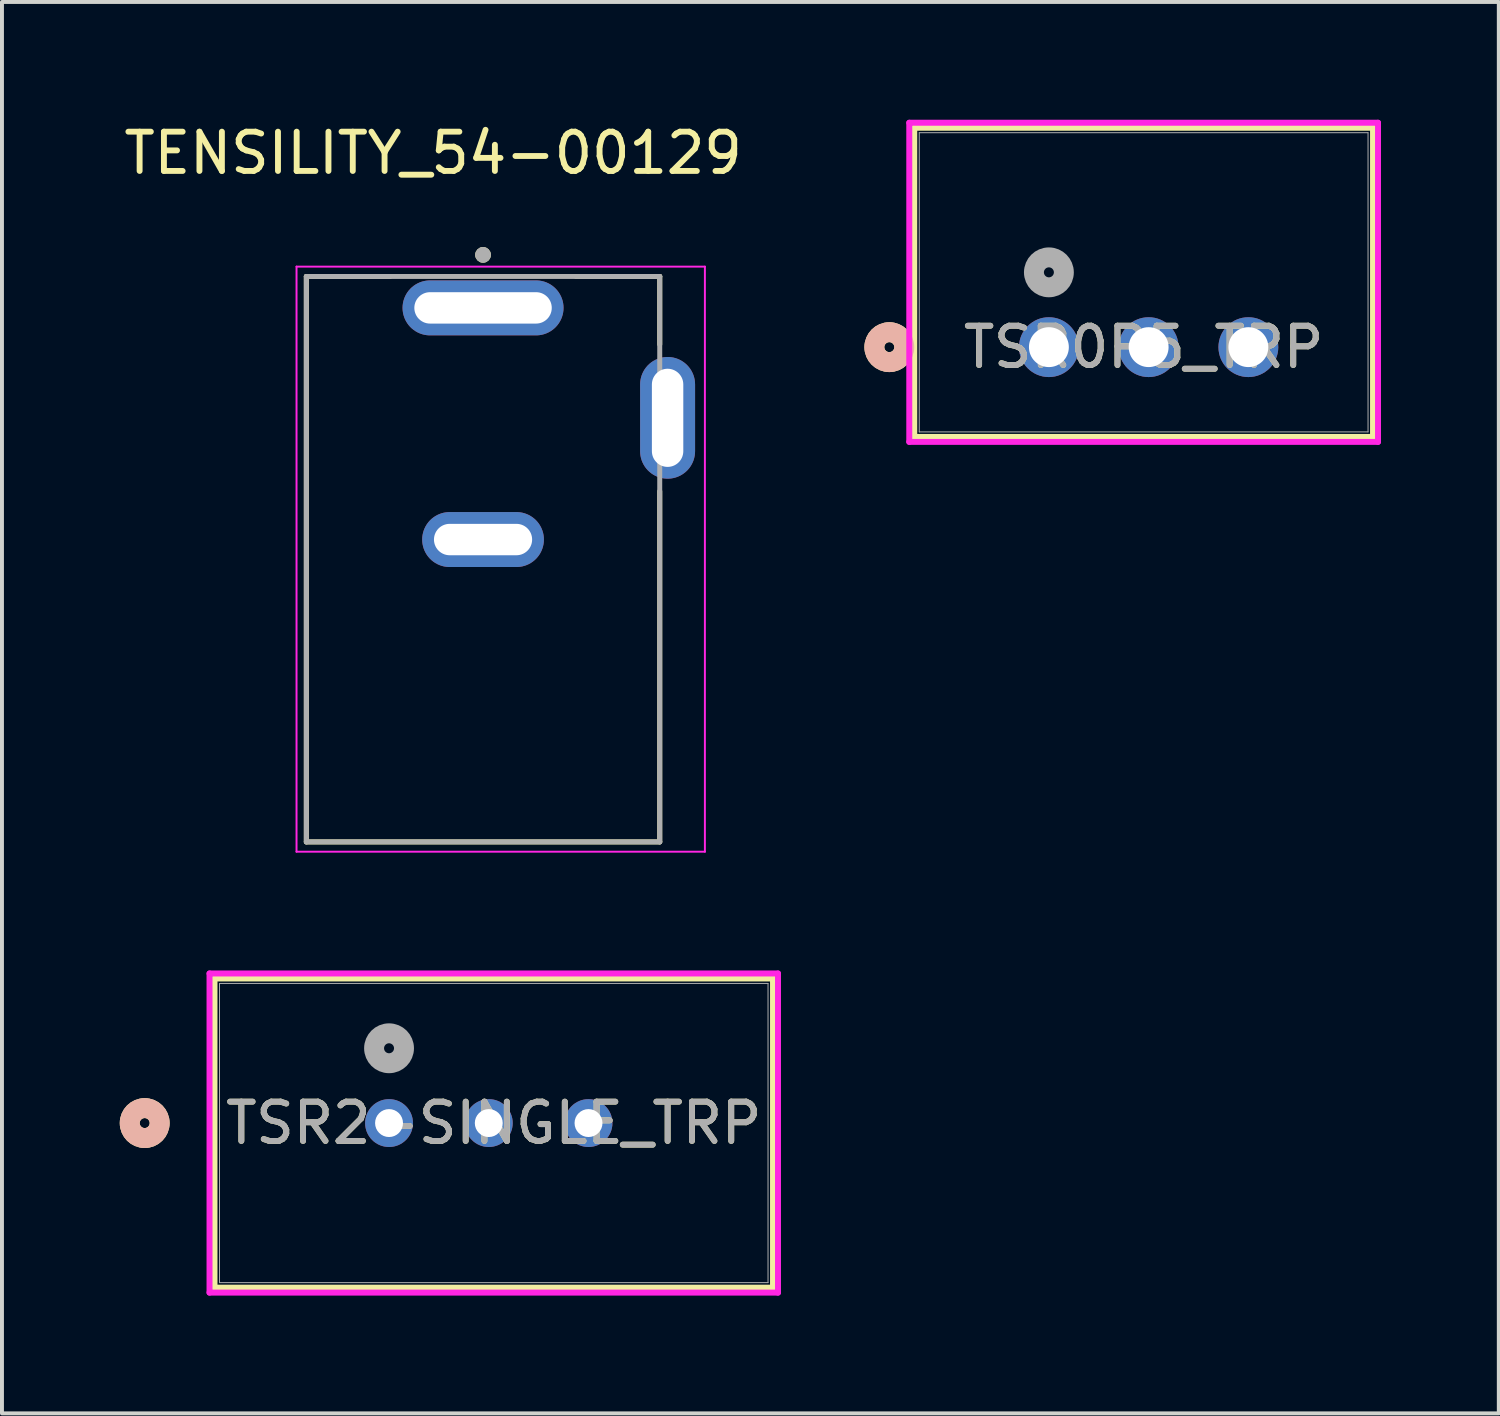
<source format=kicad_pcb>
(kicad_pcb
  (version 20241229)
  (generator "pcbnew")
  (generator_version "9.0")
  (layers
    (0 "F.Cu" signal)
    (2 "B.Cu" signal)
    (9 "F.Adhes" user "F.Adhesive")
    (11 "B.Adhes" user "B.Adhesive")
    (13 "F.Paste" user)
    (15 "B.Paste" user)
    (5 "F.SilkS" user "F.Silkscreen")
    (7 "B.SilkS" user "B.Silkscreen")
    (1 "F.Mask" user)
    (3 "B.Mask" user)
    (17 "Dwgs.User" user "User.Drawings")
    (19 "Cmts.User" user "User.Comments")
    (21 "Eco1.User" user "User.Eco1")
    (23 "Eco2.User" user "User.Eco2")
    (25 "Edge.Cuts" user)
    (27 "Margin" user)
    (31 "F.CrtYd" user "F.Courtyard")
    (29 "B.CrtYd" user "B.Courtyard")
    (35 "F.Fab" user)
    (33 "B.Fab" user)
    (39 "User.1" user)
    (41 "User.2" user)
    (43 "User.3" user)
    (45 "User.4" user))
  (footprint "TSR2-SINGLE_TRP"
    (layer "F.Cu")
    (at 6.858 25.552)
    (property "Reference" "TSR2-SINGLE_TRP" (at 2.667 0 0) (unlocked yes) (layer "F.SilkS") (effects (font (size 1 1) (thickness 0.15))))
    (attr through_hole)
    (fp_line (start -4.445 -3.683) (end -4.445 4.191) (stroke (width 0.152) (type solid)) (layer "F.SilkS"))
    (fp_line (start -4.445 4.191) (end 9.779 4.191) (stroke (width 0.152) (type solid)) (layer "F.SilkS"))
    (fp_line (start 9.779 -3.683) (end -4.445 -3.683) (stroke (width 0.152) (type solid)) (layer "F.SilkS"))
    (fp_line (start 9.779 4.191) (end 9.779 -3.683) (stroke (width 0.152) (type solid)) (layer "F.SilkS"))
    (fp_circle (center -6.223 0) (end -5.842 0) (stroke (width 0.508) (type solid)) (fill no) (layer "F.SilkS"))
    (fp_circle (center -6.223 0) (end -5.842 0) (stroke (width 0.508) (type solid)) (fill no) (layer "B.SilkS"))
    (fp_line (start -4.572 -3.81) (end -4.572 4.318) (stroke (width 0.152) (type solid)) (layer "F.CrtYd"))
    (fp_line (start -4.572 4.318) (end 9.906 4.318) (stroke (width 0.152) (type solid)) (layer "F.CrtYd"))
    (fp_line (start 9.906 -3.81) (end -4.572 -3.81) (stroke (width 0.152) (type solid)) (layer "F.CrtYd"))
    (fp_line (start 9.906 4.318) (end 9.906 -3.81) (stroke (width 0.152) (type solid)) (layer "F.CrtYd"))
    (fp_line (start -4.318 -3.556) (end -4.318 4.064) (stroke (width 0.025) (type solid)) (layer "F.Fab"))
    (fp_line (start -4.318 4.064) (end 9.652 4.064) (stroke (width 0.025) (type solid)) (layer "F.Fab"))
    (fp_line (start 9.652 -3.556) (end -4.318 -3.556) (stroke (width 0.025) (type solid)) (layer "F.Fab"))
    (fp_line (start 9.652 4.064) (end 9.652 -3.556) (stroke (width 0.025) (type solid)) (layer "F.Fab"))
    (fp_circle (center 0 -1.905) (end 0.381 -1.905) (stroke (width 0.508) (type solid)) (fill no) (layer "F.Fab"))
    (fp_text user "${REFERENCE}" (at 2.667 0 0) (unlocked yes) (layer "F.Fab") (effects (font (size 1 1) (thickness 0.15))))
    (pad "1" thru_hole circle (at 0 0) (size 1.219 1.219) (drill 0.711) (layers "*.Cu" "*.Mask"))
    (pad "2" thru_hole circle (at 2.54 0) (size 1.219 1.219) (drill 0.711) (layers "*.Cu" "*.Mask"))
    (pad "3" thru_hole circle (at 5.08 0) (size 1.219 1.219) (drill 0.711) (layers "*.Cu" "*.Mask")))
  (footprint "TSR0P5_TRP"
    (layer "F.Cu")
    (at 23.663 5.791)
    (property "Reference" "TSR0P5_TRP" (at 2.413 0 0) (unlocked yes) (layer "F.SilkS") (effects (font (size 1 1) (thickness 0.15))))
    (attr through_hole)
    (fp_line (start -3.429 -5.588) (end -3.429 2.286) (stroke (width 0.152) (type solid)) (layer "F.SilkS"))
    (fp_line (start -3.429 2.286) (end 8.255 2.286) (stroke (width 0.152) (type solid)) (layer "F.SilkS"))
    (fp_line (start 8.255 -5.588) (end -3.429 -5.588) (stroke (width 0.152) (type solid)) (layer "F.SilkS"))
    (fp_line (start 8.255 2.286) (end 8.255 -5.588) (stroke (width 0.152) (type solid)) (layer "F.SilkS"))
    (fp_circle (center -4.064 0) (end -3.683 0) (stroke (width 0.508) (type solid)) (fill no) (layer "F.SilkS"))
    (fp_circle (center -4.064 0) (end -3.683 0) (stroke (width 0.508) (type solid)) (fill no) (layer "B.SilkS"))
    (fp_line (start -3.556 -5.715) (end -3.556 2.413) (stroke (width 0.152) (type solid)) (layer "F.CrtYd"))
    (fp_line (start -3.556 2.413) (end 8.382 2.413) (stroke (width 0.152) (type solid)) (layer "F.CrtYd"))
    (fp_line (start 8.382 -5.715) (end -3.556 -5.715) (stroke (width 0.152) (type solid)) (layer "F.CrtYd"))
    (fp_line (start 8.382 2.413) (end 8.382 -5.715) (stroke (width 0.152) (type solid)) (layer "F.CrtYd"))
    (fp_line (start -3.302 -5.461) (end -3.302 2.159) (stroke (width 0.025) (type solid)) (layer "F.Fab"))
    (fp_line (start -3.302 2.159) (end 8.128 2.159) (stroke (width 0.025) (type solid)) (layer "F.Fab"))
    (fp_line (start 8.128 -5.461) (end -3.302 -5.461) (stroke (width 0.025) (type solid)) (layer "F.Fab"))
    (fp_line (start 8.128 2.159) (end 8.128 -5.461) (stroke (width 0.025) (type solid)) (layer "F.Fab"))
    (fp_circle (center 0 -1.905) (end 0.381 -1.905) (stroke (width 0.508) (type solid)) (fill no) (layer "F.Fab"))
    (fp_text user "${REFERENCE}" (at 2.413 0 0) (unlocked yes) (layer "F.Fab") (effects (font (size 1 1) (thickness 0.15))))
    (pad "1" thru_hole circle (at 0 0) (size 1.524 1.524) (drill 1.016) (layers "*.Cu" "*.Mask"))
    (pad "2" thru_hole circle (at 2.54 0) (size 1.524 1.524) (drill 1.016) (layers "*.Cu" "*.Mask"))
    (pad "3" thru_hole circle (at 5.08 0) (size 1.524 1.524) (drill 1.016) (layers "*.Cu" "*.Mask")))
  (footprint "TENSILITY_54-00129"
    (layer "F.Cu")
    (at 9.252 10.691)
    (property "Reference" "TENSILITY_54-00129" (at -1.27 -9.842 0) (layer "F.SilkS") (effects (font (size 1 1) (thickness 0.15))))
    (attr through_hole)
    (fp_line (start -4.5 -6.7) (end -2.37 -6.7) (stroke (width 0.127) (type solid)) (layer "F.SilkS"))
    (fp_line (start -4.5 7.7) (end -4.5 -6.7) (stroke (width 0.127) (type solid)) (layer "F.SilkS"))
    (fp_line (start 2.37 -6.7) (end 4.5 -6.7) (stroke (width 0.127) (type solid)) (layer "F.SilkS"))
    (fp_line (start 4.5 -6.7) (end 4.5 -4.97) (stroke (width 0.127) (type solid)) (layer "F.SilkS"))
    (fp_line (start 4.5 7.7) (end -4.5 7.7) (stroke (width 0.127) (type solid)) (layer "F.SilkS"))
    (fp_line (start 4.5 7.7) (end 4.5 -1.23) (stroke (width 0.127) (type solid)) (layer "F.SilkS"))
    (fp_circle (center 0 -7.25) (end 0.1 -7.25) (stroke (width 0.2) (type solid)) (fill no) (layer "F.SilkS"))
    (fp_line (start -4.75 -6.95) (end -4.75 7.95) (stroke (width 0.05) (type solid)) (layer "F.CrtYd"))
    (fp_line (start -4.75 7.95) (end 5.65 7.95) (stroke (width 0.05) (type solid)) (layer "F.CrtYd"))
    (fp_line (start 5.65 -6.95) (end -4.75 -6.95) (stroke (width 0.05) (type solid)) (layer "F.CrtYd"))
    (fp_line (start 5.65 7.95) (end 5.65 -6.95) (stroke (width 0.05) (type solid)) (layer "F.CrtYd"))
    (fp_line (start -4.5 -6.7) (end 4.5 -6.7) (stroke (width 0.127) (type solid)) (layer "F.Fab"))
    (fp_line (start -4.5 7.7) (end -4.5 -6.7) (stroke (width 0.127) (type solid)) (layer "F.Fab"))
    (fp_line (start 4.5 -6.7) (end 4.5 7.7) (stroke (width 0.127) (type solid)) (layer "F.Fab"))
    (fp_line (start 4.5 7.7) (end -4.5 7.7) (stroke (width 0.127) (type solid)) (layer "F.Fab"))
    (fp_circle (center 0 -7.25) (end 0.1 -7.25) (stroke (width 0.2) (type solid)) (fill no) (layer "F.Fab"))
    (pad "A" thru_hole oval (at 0 -5.9) (size 4.1 1.4) (drill oval 3.5 0.8) (layers "*.Cu" "*.Mask"))
    (pad "B" thru_hole oval (at 0 0) (size 3.1 1.4) (drill oval 2.5 0.8) (layers "*.Cu" "*.Mask"))
    (pad "C" thru_hole oval (at 4.7 -3.1) (size 1.4 3.1) (drill oval 0.8 2.5) (layers "*.Cu" "*.Mask")))
  (gr_rect
    (start -3 -3)
    (end 35.121 32.946)
    (stroke (width 0.1) (type default))
    (fill no)
    (layer "Edge.Cuts")))
</source>
